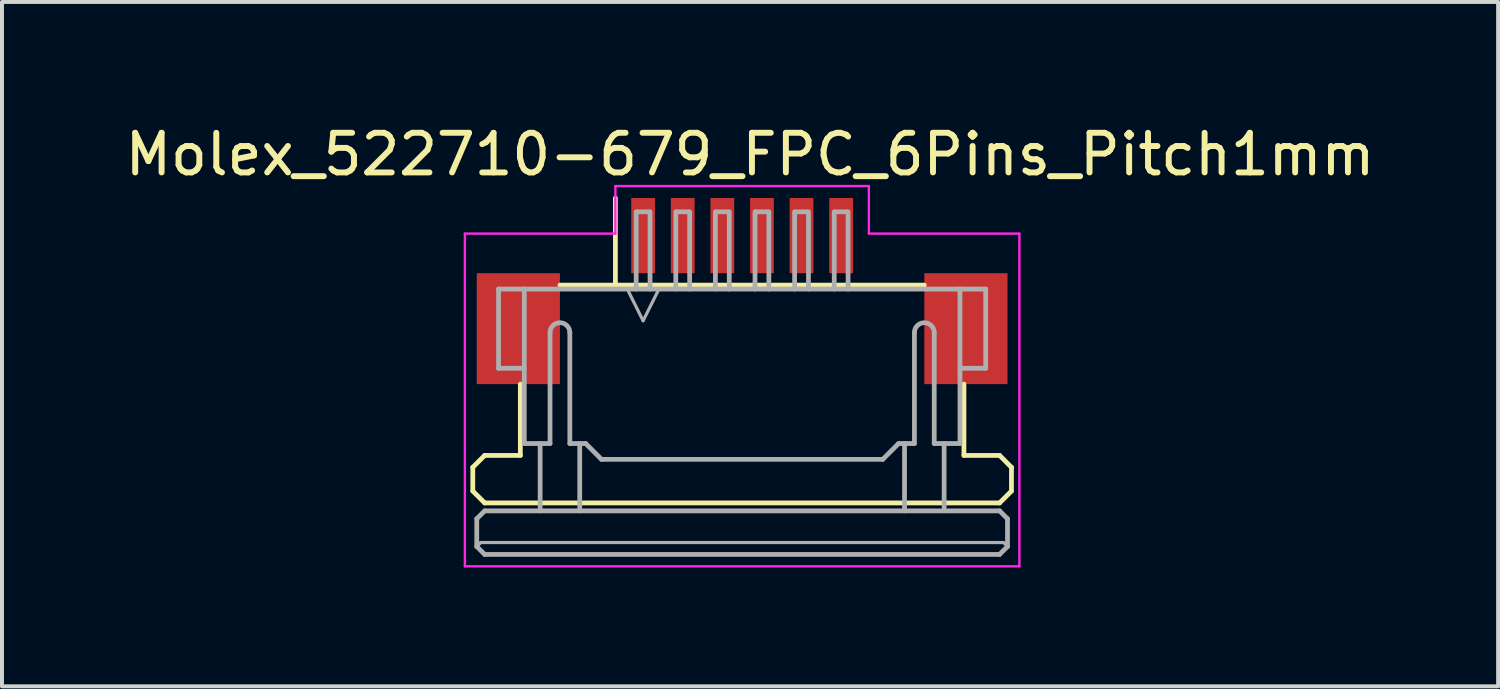
<source format=kicad_pcb>
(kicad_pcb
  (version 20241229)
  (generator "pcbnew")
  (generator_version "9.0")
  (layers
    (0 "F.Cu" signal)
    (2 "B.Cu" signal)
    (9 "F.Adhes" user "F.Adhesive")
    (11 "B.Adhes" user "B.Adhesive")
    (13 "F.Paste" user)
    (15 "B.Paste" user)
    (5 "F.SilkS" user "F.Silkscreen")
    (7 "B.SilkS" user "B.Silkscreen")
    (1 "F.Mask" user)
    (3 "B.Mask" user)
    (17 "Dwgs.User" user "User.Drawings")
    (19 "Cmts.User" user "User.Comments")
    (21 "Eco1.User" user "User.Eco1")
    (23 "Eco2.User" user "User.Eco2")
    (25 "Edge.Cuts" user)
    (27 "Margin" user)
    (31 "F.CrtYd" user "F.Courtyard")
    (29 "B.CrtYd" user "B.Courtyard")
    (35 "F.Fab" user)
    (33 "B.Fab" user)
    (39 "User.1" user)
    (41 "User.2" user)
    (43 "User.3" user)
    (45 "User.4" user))
  (footprint "Molex_522710-679_FPC_6Pins_Pitch1mm"
    (layer "F.Cu")
    (at 15.687 3.848)
    (property "Reference" "Molex_522710-679_FPC_6Pins_Pitch1mm" (at 0.2 -3 0) (layer "F.SilkS") (effects (font (size 1 1) (thickness 0.15))))
    (attr through_hole)
    (fp_line (start -6.8 4.9) (end -6.8 5.5) (stroke (width 0.12) (type solid)) (layer "F.SilkS"))
    (fp_line (start -6.8 5.5) (end -6.5 5.8) (stroke (width 0.12) (type solid)) (layer "F.SilkS"))
    (fp_line (start -6.5 4.6) (end -6.8 4.9) (stroke (width 0.12) (type solid)) (layer "F.SilkS"))
    (fp_line (start -6.5 4.6) (end -5.6 4.6) (stroke (width 0.12) (type solid)) (layer "F.SilkS"))
    (fp_line (start -6.5 5.8) (end 6.5 5.8) (stroke (width 0.12) (type solid)) (layer "F.SilkS"))
    (fp_line (start -5.6 2.8) (end -5.6 4.6) (stroke (width 0.12) (type solid)) (layer "F.SilkS"))
    (fp_line (start -4.6 0.3) (end 4.6 0.3) (stroke (width 0.12) (type solid)) (layer "F.SilkS"))
    (fp_line (start -3.2 0.3) (end -3.2 -1.9) (stroke (width 0.12) (type solid)) (layer "F.SilkS"))
    (fp_line (start 5.6 2.8) (end 5.6 4.6) (stroke (width 0.12) (type solid)) (layer "F.SilkS"))
    (fp_line (start 6.5 4.6) (end 5.6 4.6) (stroke (width 0.12) (type solid)) (layer "F.SilkS"))
    (fp_line (start 6.5 4.6) (end 6.8 4.9) (stroke (width 0.12) (type solid)) (layer "F.SilkS"))
    (fp_line (start 6.8 4.9) (end 6.8 5.5) (stroke (width 0.12) (type solid)) (layer "F.SilkS"))
    (fp_line (start 6.8 5.5) (end 6.5 5.8) (stroke (width 0.12) (type solid)) (layer "F.SilkS"))
    (fp_line (start -7 -1) (end -3.2 -1) (stroke (width 0.06) (type solid)) (layer "F.CrtYd"))
    (fp_line (start -7 7.4) (end -7 -1) (stroke (width 0.06) (type solid)) (layer "F.CrtYd"))
    (fp_line (start -3.2 -2.2) (end 3.2 -2.2) (stroke (width 0.06) (type solid)) (layer "F.CrtYd"))
    (fp_line (start -3.2 -1) (end -3.2 -2.2) (stroke (width 0.06) (type solid)) (layer "F.CrtYd"))
    (fp_line (start 3.2 -2.2) (end 3.2 -1) (stroke (width 0.06) (type solid)) (layer "F.CrtYd"))
    (fp_line (start 3.2 -1) (end 7 -1) (stroke (width 0.06) (type solid)) (layer "F.CrtYd"))
    (fp_line (start 7 -1) (end 7 7.4) (stroke (width 0.06) (type solid)) (layer "F.CrtYd"))
    (fp_line (start 7 7.4) (end -7 7.4) (stroke (width 0.06) (type solid)) (layer "F.CrtYd"))
    (fp_line (start -6.7 6.2) (end -6.5 6) (stroke (width 0.12) (type solid)) (layer "F.Fab"))
    (fp_line (start -6.7 6.9) (end -6.7 6.2) (stroke (width 0.12) (type solid)) (layer "F.Fab"))
    (fp_line (start -6.7 6.9) (end -6.6 6.8) (stroke (width 0.08) (type solid)) (layer "F.Fab"))
    (fp_line (start -6.6 6.8) (end 6.6 6.8) (stroke (width 0.08) (type solid)) (layer "F.Fab"))
    (fp_line (start -6.5 6) (end 6.5 6) (stroke (width 0.12) (type solid)) (layer "F.Fab"))
    (fp_line (start -6.5 7.1) (end -6.7 6.9) (stroke (width 0.12) (type solid)) (layer "F.Fab"))
    (fp_line (start -6.5 7.1) (end 6.5 7.1) (stroke (width 0.12) (type solid)) (layer "F.Fab"))
    (fp_line (start -6.15 0.4) (end -6.15 2.4) (stroke (width 0.12) (type solid)) (layer "F.Fab"))
    (fp_line (start -6.15 2.4) (end -5.5 2.4) (stroke (width 0.12) (type solid)) (layer "F.Fab"))
    (fp_line (start -5.5 0.4) (end -6.15 0.4) (stroke (width 0.12) (type solid)) (layer "F.Fab"))
    (fp_line (start -5.5 0.4) (end -5.5 4.3) (stroke (width 0.12) (type solid)) (layer "F.Fab"))
    (fp_line (start -5.5 0.4) (end 5.5 0.4) (stroke (width 0.12) (type solid)) (layer "F.Fab"))
    (fp_line (start -5.5 4.3) (end -4.85 4.3) (stroke (width 0.12) (type solid)) (layer "F.Fab"))
    (fp_line (start -5.1 4.3) (end -5.1 6) (stroke (width 0.12) (type solid)) (layer "F.Fab"))
    (fp_line (start -4.85 4.3) (end -4.85 1.5) (stroke (width 0.12) (type solid)) (layer "F.Fab"))
    (fp_line (start -4.35 4.3) (end -4.35 1.5) (stroke (width 0.12) (type solid)) (layer "F.Fab"))
    (fp_line (start -4.35 4.3) (end -3.95 4.3) (stroke (width 0.12) (type solid)) (layer "F.Fab"))
    (fp_line (start -4.1 4.3) (end -4.1 6) (stroke (width 0.12) (type solid)) (layer "F.Fab"))
    (fp_line (start -3.95 4.3) (end -3.55 4.7) (stroke (width 0.12) (type solid)) (layer "F.Fab"))
    (fp_line (start -2.675 0.4) (end -2.675 -1.55) (stroke (width 0.12) (type solid)) (layer "F.Fab"))
    (fp_line (start -2.65 -1.55) (end -2.35 -1.55) (stroke (width 0.12) (type solid)) (layer "F.Fab"))
    (fp_line (start -2.5 1.2) (end -2.9 0.4) (stroke (width 0.08) (type solid)) (layer "F.Fab"))
    (fp_line (start -2.325 -1.55) (end -2.325 0.4) (stroke (width 0.12) (type solid)) (layer "F.Fab"))
    (fp_line (start -2.1 0.4) (end -2.5 1.2) (stroke (width 0.08) (type solid)) (layer "F.Fab"))
    (fp_line (start -1.675 0.4) (end -1.675 -1.55) (stroke (width 0.12) (type solid)) (layer "F.Fab"))
    (fp_line (start -1.65 -1.55) (end -1.35 -1.55) (stroke (width 0.12) (type solid)) (layer "F.Fab"))
    (fp_line (start -1.325 -1.55) (end -1.325 0.4) (stroke (width 0.12) (type solid)) (layer "F.Fab"))
    (fp_line (start -0.675 0.4) (end -0.675 -1.55) (stroke (width 0.12) (type solid)) (layer "F.Fab"))
    (fp_line (start -0.65 -1.55) (end -0.35 -1.55) (stroke (width 0.12) (type solid)) (layer "F.Fab"))
    (fp_line (start -0.325 -1.55) (end -0.325 0.4) (stroke (width 0.12) (type solid)) (layer "F.Fab"))
    (fp_line (start 0.325 0.4) (end 0.325 -1.55) (stroke (width 0.12) (type solid)) (layer "F.Fab"))
    (fp_line (start 0.35 -1.55) (end 0.65 -1.55) (stroke (width 0.12) (type solid)) (layer "F.Fab"))
    (fp_line (start 0.675 -1.55) (end 0.675 0.4) (stroke (width 0.12) (type solid)) (layer "F.Fab"))
    (fp_line (start 1.325 0.4) (end 1.325 -1.55) (stroke (width 0.12) (type solid)) (layer "F.Fab"))
    (fp_line (start 1.35 -1.55) (end 1.65 -1.55) (stroke (width 0.12) (type solid)) (layer "F.Fab"))
    (fp_line (start 1.675 -1.55) (end 1.675 0.4) (stroke (width 0.12) (type solid)) (layer "F.Fab"))
    (fp_line (start 2.325 0.4) (end 2.325 -1.55) (stroke (width 0.12) (type solid)) (layer "F.Fab"))
    (fp_line (start 2.35 -1.55) (end 2.65 -1.55) (stroke (width 0.12) (type solid)) (layer "F.Fab"))
    (fp_line (start 2.675 -1.55) (end 2.675 0.4) (stroke (width 0.12) (type solid)) (layer "F.Fab"))
    (fp_line (start 3.55 4.7) (end -3.55 4.7) (stroke (width 0.12) (type solid)) (layer "F.Fab"))
    (fp_line (start 3.55 4.7) (end 3.95 4.3) (stroke (width 0.12) (type solid)) (layer "F.Fab"))
    (fp_line (start 3.95 4.3) (end 4.35 4.3) (stroke (width 0.12) (type solid)) (layer "F.Fab"))
    (fp_line (start 4.1 4.3) (end 4.1 6) (stroke (width 0.12) (type solid)) (layer "F.Fab"))
    (fp_line (start 4.35 4.3) (end 4.35 1.5) (stroke (width 0.12) (type solid)) (layer "F.Fab"))
    (fp_line (start 4.85 4.3) (end 4.85 1.5) (stroke (width 0.12) (type solid)) (layer "F.Fab"))
    (fp_line (start 5.1 4.3) (end 5.1 6) (stroke (width 0.12) (type solid)) (layer "F.Fab"))
    (fp_line (start 5.5 0.4) (end 5.5 4.3) (stroke (width 0.12) (type solid)) (layer "F.Fab"))
    (fp_line (start 5.5 0.4) (end 6.15 0.4) (stroke (width 0.12) (type solid)) (layer "F.Fab"))
    (fp_line (start 5.5 4.3) (end 4.85 4.3) (stroke (width 0.12) (type solid)) (layer "F.Fab"))
    (fp_line (start 6.15 0.4) (end 6.15 2.4) (stroke (width 0.12) (type solid)) (layer "F.Fab"))
    (fp_line (start 6.15 2.4) (end 5.5 2.4) (stroke (width 0.12) (type solid)) (layer "F.Fab"))
    (fp_line (start 6.5 7.1) (end 6.7 6.9) (stroke (width 0.12) (type solid)) (layer "F.Fab"))
    (fp_line (start 6.6 6.8) (end 6.7 6.9) (stroke (width 0.08) (type solid)) (layer "F.Fab"))
    (fp_line (start 6.7 6.2) (end 6.5 6) (stroke (width 0.12) (type solid)) (layer "F.Fab"))
    (fp_line (start 6.7 6.9) (end 6.7 6.2) (stroke (width 0.12) (type solid)) (layer "F.Fab"))
    (fp_arc (start -4.85 1.5) (mid -4.6 1.25) (end -4.35 1.5) (stroke (width 0.12) (type solid)) (layer "F.Fab"))
    (fp_arc (start 4.35 1.5) (mid 4.6 1.25) (end 4.85 1.5) (stroke (width 0.12) (type solid)) (layer "F.Fab"))
    (pad "1" smd rect (at -2.5 -0.95) (size 0.6 1.9) (layers "F.Cu" "F.Mask" "F.Paste"))
    (pad "2" smd rect (at -1.5 -0.95) (size 0.6 1.9) (layers "F.Cu" "F.Mask" "F.Paste"))
    (pad "3" smd rect (at -0.5 -0.95) (size 0.6 1.9) (layers "F.Cu" "F.Mask" "F.Paste"))
    (pad "4" smd rect (at 0.5 -0.95) (size 0.6 1.9) (layers "F.Cu" "F.Mask" "F.Paste"))
    (pad "5" smd rect (at 1.5 -0.95) (size 0.6 1.9) (layers "F.Cu" "F.Mask" "F.Paste"))
    (pad "6" smd rect (at 2.5 -0.95) (size 0.6 1.9) (layers "F.Cu" "F.Mask" "F.Paste"))
    (pad "MP" smd rect (at -5.65 1.4) (size 2.1 2.8) (layers "F.Cu" "F.Mask" "F.Paste"))
    (pad "MP" smd rect (at 5.65 1.4) (size 2.1 2.8) (layers "F.Cu" "F.Mask" "F.Paste")))
  (gr_rect
    (start -3 -3)
    (end 34.774 14.278)
    (stroke (width 0.1) (type default))
    (fill no)
    (layer "Edge.Cuts")))
</source>
